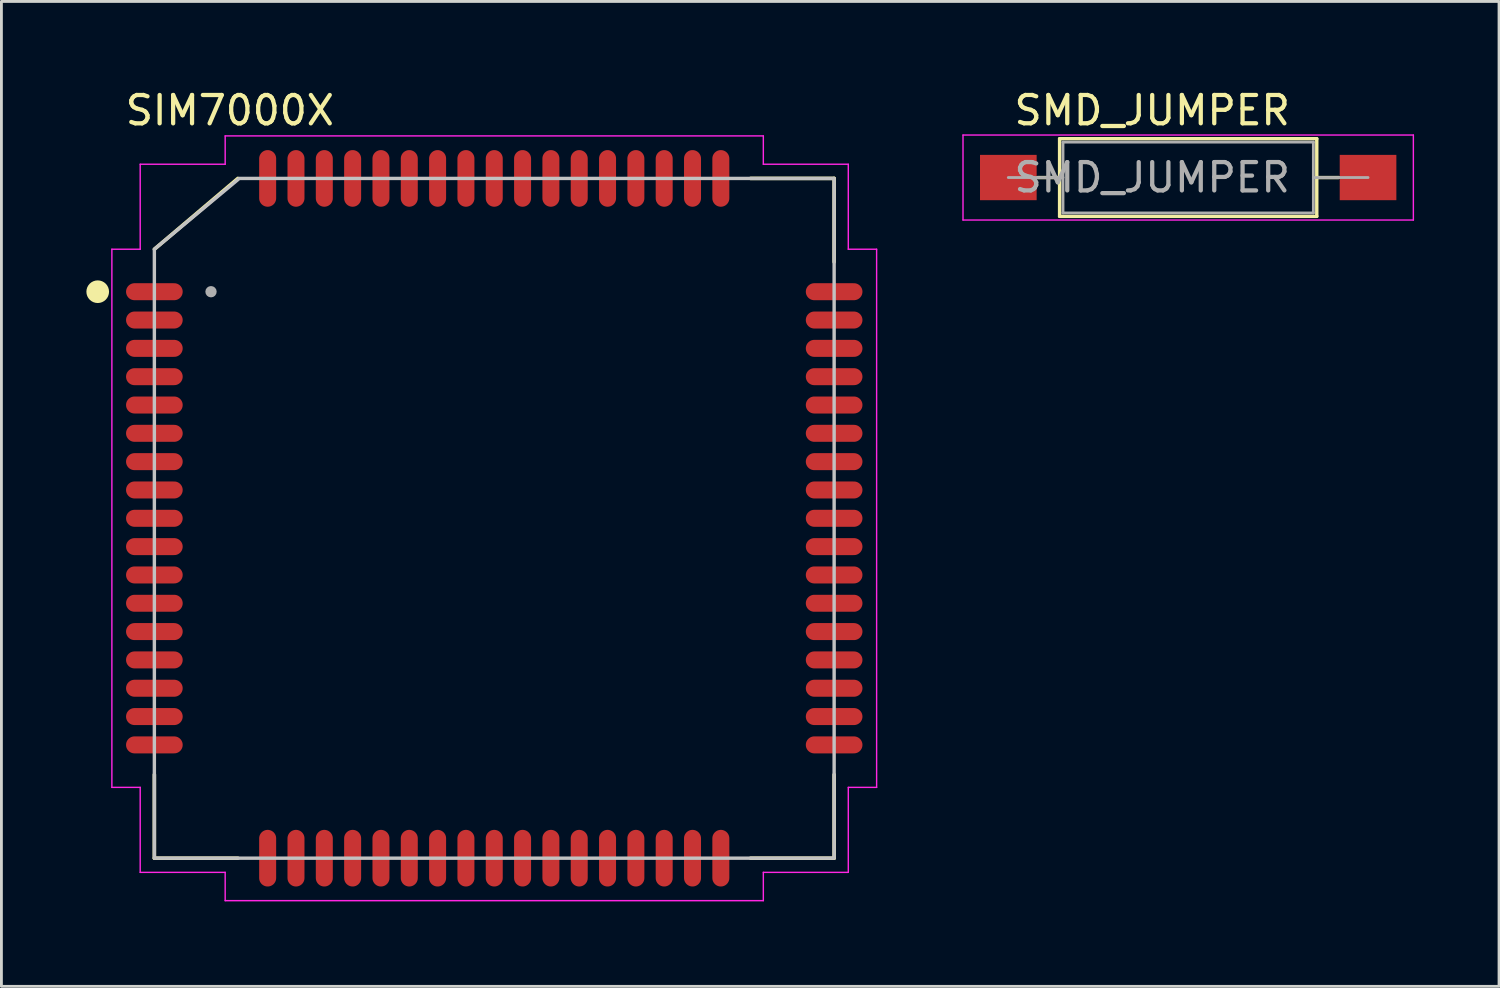
<source format=kicad_pcb>
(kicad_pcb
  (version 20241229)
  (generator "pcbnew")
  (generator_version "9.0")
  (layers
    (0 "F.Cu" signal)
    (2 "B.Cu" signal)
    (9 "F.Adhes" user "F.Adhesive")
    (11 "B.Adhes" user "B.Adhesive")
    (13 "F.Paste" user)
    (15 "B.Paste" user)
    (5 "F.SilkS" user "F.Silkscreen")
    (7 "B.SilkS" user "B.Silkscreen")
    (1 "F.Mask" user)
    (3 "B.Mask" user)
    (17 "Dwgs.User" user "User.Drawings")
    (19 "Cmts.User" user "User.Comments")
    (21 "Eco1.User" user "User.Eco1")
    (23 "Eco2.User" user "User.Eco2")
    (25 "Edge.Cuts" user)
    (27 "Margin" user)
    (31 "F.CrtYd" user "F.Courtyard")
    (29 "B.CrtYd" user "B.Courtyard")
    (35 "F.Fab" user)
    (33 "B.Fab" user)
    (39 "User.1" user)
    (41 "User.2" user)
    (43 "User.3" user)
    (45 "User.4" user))
  (footprint "SMD_JUMPER"
    (layer "F.Cu")
    (at 32.55 3.218)
    (property "Reference" "SMD_JUMPER" (at 5.08 -2.37 0) (layer "F.SilkS") (effects (font (size 1 1) (thickness 0.15))))
    (attr smd)
    (fp_line (start 1.04 0) (end 1.81 0) (stroke (width 0.12) (type solid)) (layer "F.SilkS"))
    (fp_line (start 1.81 -1.37) (end 1.81 1.37) (stroke (width 0.12) (type solid)) (layer "F.SilkS"))
    (fp_line (start 1.81 1.37) (end 10.89 1.37) (stroke (width 0.12) (type solid)) (layer "F.SilkS"))
    (fp_line (start 10.89 -1.37) (end 1.81 -1.37) (stroke (width 0.12) (type solid)) (layer "F.SilkS"))
    (fp_line (start 10.89 1.37) (end 10.89 -1.37) (stroke (width 0.12) (type solid)) (layer "F.SilkS"))
    (fp_line (start 11.66 0) (end 10.89 0) (stroke (width 0.12) (type solid)) (layer "F.SilkS"))
    (fp_line (start -1.6 -1.5) (end -1.6 1.5) (stroke (width 0.05) (type solid)) (layer "F.CrtYd"))
    (fp_line (start -1.6 1.5) (end 14.3 1.5) (stroke (width 0.05) (type solid)) (layer "F.CrtYd"))
    (fp_line (start 14.3 -1.5) (end -1.6 -1.5) (stroke (width 0.05) (type solid)) (layer "F.CrtYd"))
    (fp_line (start 14.3 1.5) (end 14.3 -1.5) (stroke (width 0.05) (type solid)) (layer "F.CrtYd"))
    (fp_line (start 0 0) (end 1.93 0) (stroke (width 0.1) (type solid)) (layer "F.Fab"))
    (fp_line (start 1.93 -1.25) (end 1.93 1.25) (stroke (width 0.1) (type solid)) (layer "F.Fab"))
    (fp_line (start 1.93 1.25) (end 10.77 1.25) (stroke (width 0.1) (type solid)) (layer "F.Fab"))
    (fp_line (start 10.77 -1.25) (end 1.93 -1.25) (stroke (width 0.1) (type solid)) (layer "F.Fab"))
    (fp_line (start 10.77 1.25) (end 10.77 -1.25) (stroke (width 0.1) (type solid)) (layer "F.Fab"))
    (fp_line (start 12.7 0) (end 10.77 0) (stroke (width 0.1) (type solid)) (layer "F.Fab"))
    (fp_text user "${REFERENCE}" (at 5.08 0 0) (layer "F.Fab") (effects (font (size 1 1) (thickness 0.15))))
    (pad "1" smd rect (at 0 0) (size 2 1.6) (layers "F.Cu" "F.Mask" "F.Paste"))
    (pad "2" smd rect (at 12.7 0) (size 2 1.6) (layers "F.Cu" "F.Mask" "F.Paste")))
  (footprint "SIM7000X"
    (layer "F.Cu")
    (at 14.4 15.249)
    (property "Reference" "SIM7000X" (at -9.335 -14.4 0) (layer "F.SilkS") (effects (font (size 1.001 1.001) (thickness 0.15))))
    (attr through_hole)
    (fp_line (start -12 -9.5) (end -9.05 -12) (stroke (width 0.127) (type solid)) (layer "F.SilkS"))
    (fp_line (start -12 9.05) (end -12 12) (stroke (width 0.127) (type solid)) (layer "F.SilkS"))
    (fp_line (start -12 12) (end -9.05 12) (stroke (width 0.127) (type solid)) (layer "F.SilkS"))
    (fp_line (start 9.05 -12) (end 12 -12) (stroke (width 0.127) (type solid)) (layer "F.SilkS"))
    (fp_line (start 12 -12) (end 12 -9.05) (stroke (width 0.127) (type solid)) (layer "F.SilkS"))
    (fp_line (start 12 9.05) (end 12 12) (stroke (width 0.127) (type solid)) (layer "F.SilkS"))
    (fp_line (start 12 12) (end 9.05 12) (stroke (width 0.127) (type solid)) (layer "F.SilkS"))
    (fp_circle (center -14 -8) (end -13.8 -8) (stroke (width 0.4) (type solid)) (fill no) (layer "F.SilkS"))
    (fp_poly (pts (xy 12 12) (xy -12 12) (xy -12 -9.5) (xy -9 -12) (xy 12 -12)) (stroke (width 0.12) (type solid)) (fill no) (layer "Dwgs.User"))
    (fp_line (start -13.5 -9.5) (end -12.5 -9.5) (stroke (width 0.05) (type solid)) (layer "F.CrtYd"))
    (fp_line (start -13.5 9.5) (end -13.5 -9.5) (stroke (width 0.05) (type solid)) (layer "F.CrtYd"))
    (fp_line (start -12.5 -12.5) (end -9.5 -12.5) (stroke (width 0.05) (type solid)) (layer "F.CrtYd"))
    (fp_line (start -12.5 -9.5) (end -12.5 -12.5) (stroke (width 0.05) (type solid)) (layer "F.CrtYd"))
    (fp_line (start -12.5 9.5) (end -13.5 9.5) (stroke (width 0.05) (type solid)) (layer "F.CrtYd"))
    (fp_line (start -12.5 12.5) (end -12.5 9.5) (stroke (width 0.05) (type solid)) (layer "F.CrtYd"))
    (fp_line (start -9.5 -13.5) (end 9.5 -13.5) (stroke (width 0.05) (type solid)) (layer "F.CrtYd"))
    (fp_line (start -9.5 -12.5) (end -9.5 -13.5) (stroke (width 0.05) (type solid)) (layer "F.CrtYd"))
    (fp_line (start -9.5 12.5) (end -12.5 12.5) (stroke (width 0.05) (type solid)) (layer "F.CrtYd"))
    (fp_line (start -9.5 13.5) (end -9.5 12.5) (stroke (width 0.05) (type solid)) (layer "F.CrtYd"))
    (fp_line (start 9.5 -13.5) (end 9.5 -12.5) (stroke (width 0.05) (type solid)) (layer "F.CrtYd"))
    (fp_line (start 9.5 -12.5) (end 12.5 -12.5) (stroke (width 0.05) (type solid)) (layer "F.CrtYd"))
    (fp_line (start 9.5 12.5) (end 9.5 13.5) (stroke (width 0.05) (type solid)) (layer "F.CrtYd"))
    (fp_line (start 9.5 13.5) (end -9.5 13.5) (stroke (width 0.05) (type solid)) (layer "F.CrtYd"))
    (fp_line (start 12.5 -12.5) (end 12.5 -9.5) (stroke (width 0.05) (type solid)) (layer "F.CrtYd"))
    (fp_line (start 12.5 -9.5) (end 13.5 -9.5) (stroke (width 0.05) (type solid)) (layer "F.CrtYd"))
    (fp_line (start 12.5 9.5) (end 12.5 12.5) (stroke (width 0.05) (type solid)) (layer "F.CrtYd"))
    (fp_line (start 12.5 12.5) (end 9.5 12.5) (stroke (width 0.05) (type solid)) (layer "F.CrtYd"))
    (fp_line (start 13.5 -9.5) (end 13.5 9.5) (stroke (width 0.05) (type solid)) (layer "F.CrtYd"))
    (fp_line (start 13.5 9.5) (end 12.5 9.5) (stroke (width 0.05) (type solid)) (layer "F.CrtYd"))
    (fp_circle (center -10 -8) (end -9.9 -8) (stroke (width 0.2) (type solid)) (fill no) (layer "F.Fab"))
    (pad "1" smd oval (at -12 -8) (size 2 0.6) (layers "F.Cu" "F.Mask" "F.Paste"))
    (pad "2" smd oval (at -12 -7) (size 2 0.6) (layers "F.Cu" "F.Mask" "F.Paste"))
    (pad "3" smd oval (at -12 -6) (size 2 0.6) (layers "F.Cu" "F.Mask" "F.Paste"))
    (pad "4" smd oval (at -12 -5) (size 2 0.6) (layers "F.Cu" "F.Mask" "F.Paste"))
    (pad "5" smd oval (at -12 -4) (size 2 0.6) (layers "F.Cu" "F.Mask" "F.Paste"))
    (pad "6" smd oval (at -12 -3) (size 2 0.6) (layers "F.Cu" "F.Mask" "F.Paste"))
    (pad "7" smd oval (at -12 -2) (size 2 0.6) (layers "F.Cu" "F.Mask" "F.Paste"))
    (pad "8" smd oval (at -12 -1) (size 2 0.6) (layers "F.Cu" "F.Mask" "F.Paste"))
    (pad "9" smd oval (at -12 0) (size 2 0.6) (layers "F.Cu" "F.Mask" "F.Paste"))
    (pad "10" smd oval (at -12 1) (size 2 0.6) (layers "F.Cu" "F.Mask" "F.Paste"))
    (pad "11" smd oval (at -12 2) (size 2 0.6) (layers "F.Cu" "F.Mask" "F.Paste"))
    (pad "12" smd oval (at -12 3) (size 2 0.6) (layers "F.Cu" "F.Mask" "F.Paste"))
    (pad "13" smd oval (at -12 4) (size 2 0.6) (layers "F.Cu" "F.Mask" "F.Paste"))
    (pad "14" smd oval (at -12 5) (size 2 0.6) (layers "F.Cu" "F.Mask" "F.Paste"))
    (pad "15" smd oval (at -12 6) (size 2 0.6) (layers "F.Cu" "F.Mask" "F.Paste"))
    (pad "16" smd oval (at -12 7) (size 2 0.6) (layers "F.Cu" "F.Mask" "F.Paste"))
    (pad "17" smd oval (at -12 8) (size 2 0.6) (layers "F.Cu" "F.Mask" "F.Paste"))
    (pad "18" smd oval (at -8 12 270) (size 2 0.6) (layers "F.Cu" "F.Mask" "F.Paste"))
    (pad "19" smd oval (at -7 12 270) (size 2 0.6) (layers "F.Cu" "F.Mask" "F.Paste"))
    (pad "20" smd oval (at -6 12 270) (size 2 0.6) (layers "F.Cu" "F.Mask" "F.Paste"))
    (pad "21" smd oval (at -5 12 270) (size 2 0.6) (layers "F.Cu" "F.Mask" "F.Paste"))
    (pad "22" smd oval (at -4 12 270) (size 2 0.6) (layers "F.Cu" "F.Mask" "F.Paste"))
    (pad "23" smd oval (at -3 12 270) (size 2 0.6) (layers "F.Cu" "F.Mask" "F.Paste"))
    (pad "24" smd oval (at -2 12 270) (size 2 0.6) (layers "F.Cu" "F.Mask" "F.Paste"))
    (pad "25" smd oval (at -1 12 270) (size 2 0.6) (layers "F.Cu" "F.Mask" "F.Paste"))
    (pad "26" smd oval (at 0 12 270) (size 2 0.6) (layers "F.Cu" "F.Mask" "F.Paste"))
    (pad "27" smd oval (at 1 12 270) (size 2 0.6) (layers "F.Cu" "F.Mask" "F.Paste"))
    (pad "28" smd oval (at 2 12 270) (size 2 0.6) (layers "F.Cu" "F.Mask" "F.Paste"))
    (pad "29" smd oval (at 3 12 270) (size 2 0.6) (layers "F.Cu" "F.Mask" "F.Paste"))
    (pad "30" smd oval (at 4 12 270) (size 2 0.6) (layers "F.Cu" "F.Mask" "F.Paste"))
    (pad "31" smd oval (at 5 12 270) (size 2 0.6) (layers "F.Cu" "F.Mask" "F.Paste"))
    (pad "32" smd oval (at 6 12 270) (size 2 0.6) (layers "F.Cu" "F.Mask" "F.Paste"))
    (pad "33" smd oval (at 7 12 270) (size 2 0.6) (layers "F.Cu" "F.Mask" "F.Paste"))
    (pad "34" smd oval (at 8 12 270) (size 2 0.6) (layers "F.Cu" "F.Mask" "F.Paste"))
    (pad "35" smd oval (at 12 8) (size 2 0.6) (layers "F.Cu" "F.Mask" "F.Paste"))
    (pad "36" smd oval (at 12 7) (size 2 0.6) (layers "F.Cu" "F.Mask" "F.Paste"))
    (pad "37" smd oval (at 12 6) (size 2 0.6) (layers "F.Cu" "F.Mask" "F.Paste"))
    (pad "38" smd oval (at 12 5) (size 2 0.6) (layers "F.Cu" "F.Mask" "F.Paste"))
    (pad "39" smd oval (at 12 4) (size 2 0.6) (layers "F.Cu" "F.Mask" "F.Paste"))
    (pad "40" smd oval (at 12 3) (size 2 0.6) (layers "F.Cu" "F.Mask" "F.Paste"))
    (pad "41" smd oval (at 12 2) (size 2 0.6) (layers "F.Cu" "F.Mask" "F.Paste"))
    (pad "42" smd oval (at 12 1) (size 2 0.6) (layers "F.Cu" "F.Mask" "F.Paste"))
    (pad "43" smd oval (at 12 0) (size 2 0.6) (layers "F.Cu" "F.Mask" "F.Paste"))
    (pad "44" smd oval (at 12 -1) (size 2 0.6) (layers "F.Cu" "F.Mask" "F.Paste"))
    (pad "45" smd oval (at 12 -2) (size 2 0.6) (layers "F.Cu" "F.Mask" "F.Paste"))
    (pad "46" smd oval (at 12 -3) (size 2 0.6) (layers "F.Cu" "F.Mask" "F.Paste"))
    (pad "47" smd oval (at 12 -4) (size 2 0.6) (layers "F.Cu" "F.Mask" "F.Paste"))
    (pad "48" smd oval (at 12 -5) (size 2 0.6) (layers "F.Cu" "F.Mask" "F.Paste"))
    (pad "49" smd oval (at 12 -6) (size 2 0.6) (layers "F.Cu" "F.Mask" "F.Paste"))
    (pad "50" smd oval (at 12 -7) (size 2 0.6) (layers "F.Cu" "F.Mask" "F.Paste"))
    (pad "51" smd oval (at 12 -8) (size 2 0.6) (layers "F.Cu" "F.Mask" "F.Paste"))
    (pad "52" smd oval (at 8 -12 90) (size 2 0.6) (layers "F.Cu" "F.Mask" "F.Paste"))
    (pad "53" smd oval (at 7 -12 90) (size 2 0.6) (layers "F.Cu" "F.Mask" "F.Paste"))
    (pad "54" smd oval (at 6 -12 90) (size 2 0.6) (layers "F.Cu" "F.Mask" "F.Paste"))
    (pad "55" smd oval (at 5 -12 90) (size 2 0.6) (layers "F.Cu" "F.Mask" "F.Paste"))
    (pad "56" smd oval (at 4 -12 90) (size 2 0.6) (layers "F.Cu" "F.Mask" "F.Paste"))
    (pad "57" smd oval (at 3 -12 90) (size 2 0.6) (layers "F.Cu" "F.Mask" "F.Paste"))
    (pad "58" smd oval (at 2 -12 90) (size 2 0.6) (layers "F.Cu" "F.Mask" "F.Paste"))
    (pad "59" smd oval (at 1 -12 90) (size 2 0.6) (layers "F.Cu" "F.Mask" "F.Paste"))
    (pad "60" smd oval (at 0 -12 90) (size 2 0.6) (layers "F.Cu" "F.Mask" "F.Paste"))
    (pad "61" smd oval (at -1 -12 90) (size 2 0.6) (layers "F.Cu" "F.Mask" "F.Paste"))
    (pad "62" smd oval (at -2 -12 90) (size 2 0.6) (layers "F.Cu" "F.Mask" "F.Paste"))
    (pad "63" smd oval (at -3 -12 90) (size 2 0.6) (layers "F.Cu" "F.Mask" "F.Paste"))
    (pad "64" smd oval (at -4 -12 90) (size 2 0.6) (layers "F.Cu" "F.Mask" "F.Paste"))
    (pad "65" smd oval (at -5 -12 90) (size 2 0.6) (layers "F.Cu" "F.Mask" "F.Paste"))
    (pad "66" smd oval (at -6 -12 90) (size 2 0.6) (layers "F.Cu" "F.Mask" "F.Paste"))
    (pad "67" smd oval (at -7 -12 90) (size 2 0.6) (layers "F.Cu" "F.Mask" "F.Paste"))
    (pad "68" smd oval (at -8 -12 90) (size 2 0.6) (layers "F.Cu" "F.Mask" "F.Paste")))
  (gr_rect
    (start -3 -3)
    (end 49.875 31.774)
    (stroke (width 0.1) (type default))
    (fill no)
    (layer "Edge.Cuts")))
</source>
